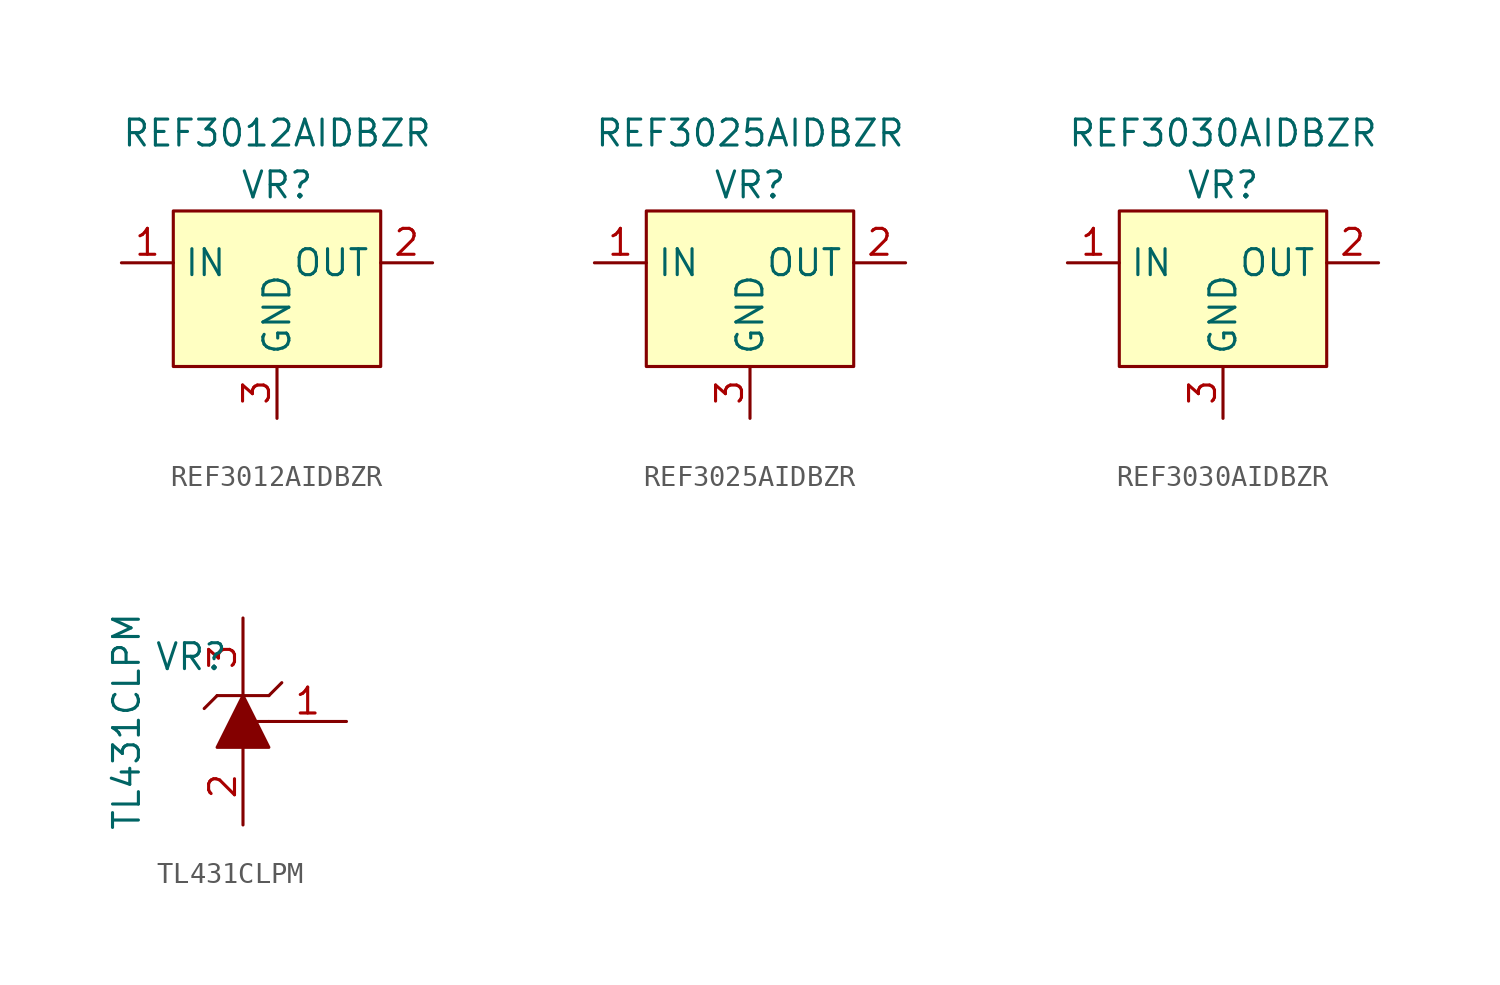
<source format=kicad_sym>
(kicad_symbol_lib
  (version 20231120)
  (generator "kicad_symbol_editor")
  (generator_version "8.0")
  (symbol "REF3012AIDBZR"
    (property "Reference" "VR"
      (at 0 3.81 0)
      (effects (font (size 1.27 1.27))))
    (property "Value" "REF3012AIDBZR"
      (at 0 6.35 0)
      (effects (font (size 1.27 1.27))))
    (symbol "REF3012AIDBZR_1_1"
      (rectangle (start -5.08 2.54) (end 5.08 -5.08) (stroke (width 0) (type default)) (fill (type background)))
      (pin power_in line (at -7.62 0 0) (length 2.54) (name "IN" (effects (font (size 1.27 1.27)))) (number "1" (effects (font (size 1.27 1.27)))))
      (pin output line (at 7.62 0 180) (length 2.54) (name "OUT" (effects (font (size 1.27 1.27)))) (number "2" (effects (font (size 1.27 1.27)))))
      (pin power_in line (at 0 -7.62 90) (length 2.54) (name "GND" (effects (font (size 1.27 1.27)))) (number "3" (effects (font (size 1.27 1.27)))))))
  (symbol "REF3025AIDBZR"
    (property "Reference" "VR"
      (at 0 3.81 0)
      (effects (font (size 1.27 1.27))))
    (property "Value" "REF3025AIDBZR"
      (at 0 6.35 0)
      (effects (font (size 1.27 1.27))))
    (symbol "REF3025AIDBZR_1_1"
      (rectangle (start 5.08 2.54) (end -5.08 -5.08) (stroke (width 0) (type default)) (fill (type background)))
      (pin power_in line (at -7.62 0 0) (length 2.54) (name "IN" (effects (font (size 1.27 1.27)))) (number "1" (effects (font (size 1.27 1.27)))))
      (pin output line (at 7.62 0 180) (length 2.54) (name "OUT" (effects (font (size 1.27 1.27)))) (number "2" (effects (font (size 1.27 1.27)))))
      (pin power_in line (at 0 -7.62 90) (length 2.54) (name "GND" (effects (font (size 1.27 1.27)))) (number "3" (effects (font (size 1.27 1.27)))))))
  (symbol "REF3030AIDBZR"
    (property "Reference" "VR"
      (at 0 3.81 0)
      (effects (font (size 1.27 1.27))))
    (property "Value" "REF3030AIDBZR"
      (at 0 6.35 0)
      (effects (font (size 1.27 1.27))))
    (symbol "REF3030AIDBZR_1_1"
      (rectangle (start -5.08 2.54) (end 5.08 -5.08) (stroke (width 0) (type default)) (fill (type background)))
      (pin power_in line (at -7.62 0 0) (length 2.54) (name "IN" (effects (font (size 1.27 1.27)))) (number "1" (effects (font (size 1.27 1.27)))))
      (pin output line (at 7.62 0 180) (length 2.54) (name "OUT" (effects (font (size 1.27 1.27)))) (number "2" (effects (font (size 1.27 1.27)))))
      (pin power_in line (at 0 -7.62 90) (length 2.54) (name "GND" (effects (font (size 1.27 1.27)))) (number "3" (effects (font (size 1.27 1.27)))))))
  (symbol "TL431CLPM"
    (pin_names
      (offset 0) hide)
    (property "Reference" "VR"
      (at -2.54 3.175 0)
      (effects (font (size 1.27 1.27))))
    (property "Value" "TL431CLPM"
      (at -5.715 0 90)
      (effects (font (size 1.27 1.27))))
    (symbol "TL431CLPM_0_1"
      (polyline (pts (xy -1.905 0.635) (xy -1.27 1.27)) (stroke (width 0) (type default)) (fill (type none)))
      (polyline (pts (xy -1.27 1.27) (xy 1.27 1.27)) (stroke (width 0) (type default)) (fill (type none)))
      (polyline (pts (xy 0.635 0) (xy 1.27 0)) (stroke (width 0) (type default)) (fill (type none)))
      (polyline (pts (xy 1.27 1.27) (xy 1.905 1.905)) (stroke (width 0) (type default)) (fill (type none)))
      (polyline (pts (xy -1.27 -1.27) (xy 1.27 -1.27) (xy 0 1.27) (xy -1.27 -1.27)) (stroke (width 0) (type default)) (fill (type outline))))
    (symbol "TL431CLPM_1_1"
      (pin passive line (at 5.08 0 180) (length 3.81) (name "REF" (effects (font (size 1.27 1.27)))) (number "1" (effects (font (size 1.27 1.27)))))
      (pin passive line (at 0 -5.08 90) (length 3.81) (name "A" (effects (font (size 1.27 1.27)))) (number "2" (effects (font (size 1.27 1.27)))))
      (pin passive line (at 0 5.08 270) (length 3.81) (name "K" (effects (font (size 1.27 1.27)))) (number "3" (effects (font (size 1.27 1.27))))))))
</source>
